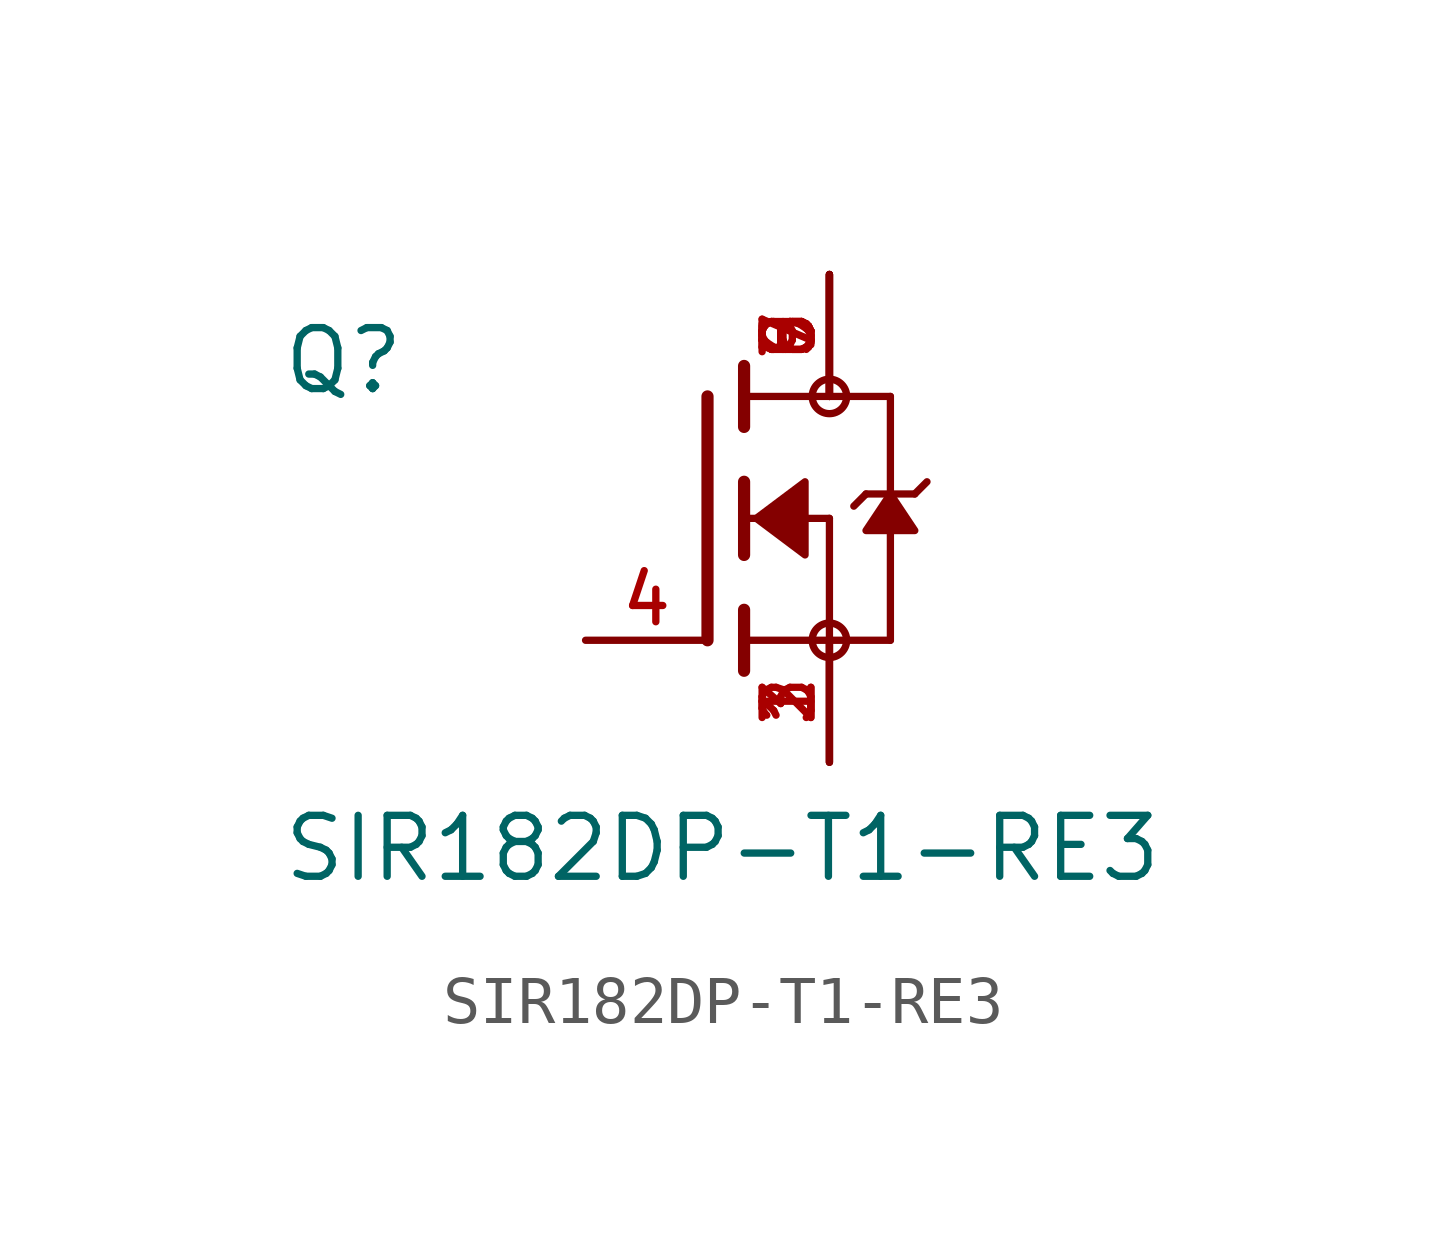
<source format=kicad_sym>
(kicad_symbol_lib
  (version 20211014)
  (generator kicad_symbol_editor)
  (symbol "SIR182DP-T1-RE3"
    (pin_names
      (offset 1.016))
    (property "Reference" "Q"
      (at -8.89 2.54 0)
      (effects (font (size 1.27 1.27)) (justify bottom left)))
    (property "Value" "SIR182DP-T1-RE3"
      (at -8.89 -7.62 0)
      (effects (font (size 1.27 1.27)) (justify bottom left)))
    (symbol "SIR182DP-T1-RE3_0_0"
      (polyline (pts (xy 0.762 0.762) (xy 0.762 0.0)) (stroke (width 0.254)))
      (polyline (pts (xy 0.762 0.0) (xy 0.762 -0.762)) (stroke (width 0.254)))
      (polyline (pts (xy 0.762 3.175) (xy 0.762 2.54)) (stroke (width 0.254)))
      (polyline (pts (xy 0.762 2.54) (xy 0.762 1.905)) (stroke (width 0.254)))
      (polyline (pts (xy 0.762 0.0) (xy 2.54 0.0)) (stroke (width 0.152)))
      (polyline (pts (xy 2.54 0.0) (xy 2.54 -2.54)) (stroke (width 0.152)))
      (polyline (pts (xy 0.762 -1.905) (xy 0.762 -2.54)) (stroke (width 0.254)))
      (polyline (pts (xy 0.762 -2.54) (xy 0.762 -3.175)) (stroke (width 0.254)))
      (polyline (pts (xy 0.0 2.54) (xy 0.0 -2.54)) (stroke (width 0.254)))
      (polyline (pts (xy 2.54 -2.54) (xy 0.762 -2.54)) (stroke (width 0.152)))
      (polyline (pts (xy 3.81 2.54) (xy 3.81 0.508)) (stroke (width 0.152)))
      (polyline (pts (xy 3.81 0.508) (xy 3.81 -2.54)) (stroke (width 0.152)))
      (polyline (pts (xy 2.54 -2.54) (xy 3.81 -2.54)) (stroke (width 0.152)))
      (polyline (pts (xy 0.762 2.54) (xy 3.81 2.54)) (stroke (width 0.152)))
      (polyline (pts (xy 4.572 0.762) (xy 4.318 0.508)) (stroke (width 0.152)))
      (polyline (pts (xy 4.318 0.508) (xy 3.81 0.508)) (stroke (width 0.152)))
      (polyline (pts (xy 3.81 0.508) (xy 3.302 0.508)) (stroke (width 0.152)))
      (polyline (pts (xy 3.302 0.508) (xy 3.048 0.254)) (stroke (width 0.152)))
      (circle (center 2.54 -2.54) (radius 0.359) (stroke (width 0.0)) (fill (type none)))
      (circle (center 2.54 2.54) (radius 0.359) (stroke (width 0.0)) (fill (type none)))
      (polyline (pts (xy 3.81 0.508) (xy 3.302 -0.254) (xy 4.318 -0.254) (xy 3.81 0.508)) (stroke (width 0.152)) (fill (type outline)))
      (polyline (pts (xy 1.016 0.0) (xy 2.032 0.762) (xy 2.032 -0.762) (xy 1.016 0.0)) (stroke (width 0.152)) (fill (type outline)))
      (pin passive line (at 2.54 -5.08 90.0) (length 2.54) (name "~" (effects (font (size 1.016 1.016)))) (number "1" (effects (font (size 1.016 1.016)))))
      (pin passive line (at 2.54 -5.08 90.0) (length 2.54) (name "~" (effects (font (size 1.016 1.016)))) (number "2" (effects (font (size 1.016 1.016)))))
      (pin passive line (at 2.54 -5.08 90.0) (length 2.54) (name "~" (effects (font (size 1.016 1.016)))) (number "3" (effects (font (size 1.016 1.016)))))
      (pin passive line (at -2.54 -2.54 0) (length 2.54) (name "~" (effects (font (size 1.016 1.016)))) (number "4" (effects (font (size 1.016 1.016)))))
      (pin passive line (at 2.54 5.08 270.0) (length 2.54) (name "~" (effects (font (size 1.016 1.016)))) (number "5" (effects (font (size 1.016 1.016)))))
      (pin passive line (at 2.54 5.08 270.0) (length 2.54) (name "~" (effects (font (size 1.016 1.016)))) (number "6" (effects (font (size 1.016 1.016)))))
      (pin passive line (at 2.54 5.08 270.0) (length 2.54) (name "~" (effects (font (size 1.016 1.016)))) (number "7" (effects (font (size 1.016 1.016)))))
      (pin passive line (at 2.54 5.08 270.0) (length 2.54) (name "~" (effects (font (size 1.016 1.016)))) (number "8" (effects (font (size 1.016 1.016)))))
      (pin passive line (at 2.54 5.08 270.0) (length 2.54) (name "~" (effects (font (size 1.016 1.016)))) (number "9" (effects (font (size 1.016 1.016))))))))
</source>
